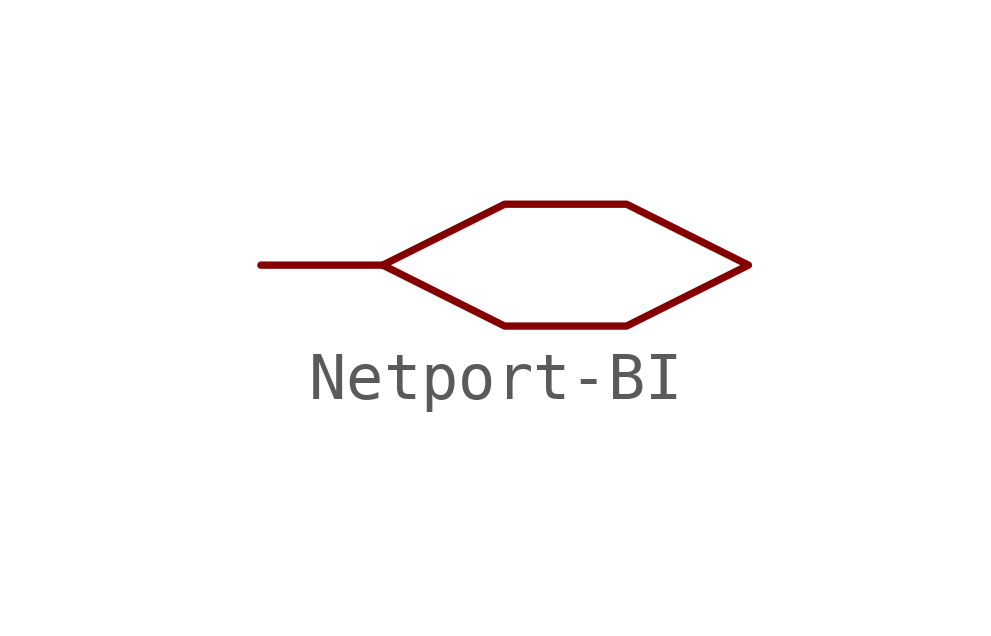
<source format=kicad_sym>
(kicad_symbol_lib
  (version 20231120)
  (generator "kicad_symbol_editor")
  (generator_version "8.0")
  (symbol "Netport-BI"
    (power)
    (pin_numbers hide)
    (pin_names hide)
    (property "Reference" "#PWR"
      (at 0 0 0)
      (effects (font (size 1.27 1.27)) (hide yes)))
    (property "Value" ""
      (at 0 0 0)
      (effects (font (size 1.27 1.27))))
    (symbol "Netport-BI_1_0"
      (polyline (pts (xy 2.54 0) (xy 5.08 1.27) (xy 7.62 1.27) (xy 10.16 0) (xy 7.62 -1.27) (xy 5.08 -1.27) (xy 2.54 0)) (stroke (width 0) (type default)) (fill (type none)))
      (pin bidirectional line (at 0 0 0) (length 2.54) (name "BI" (effects (font (size 0.025 0.025)))) (number "1" (effects (font (size 0.025 0.025))))))))
</source>
